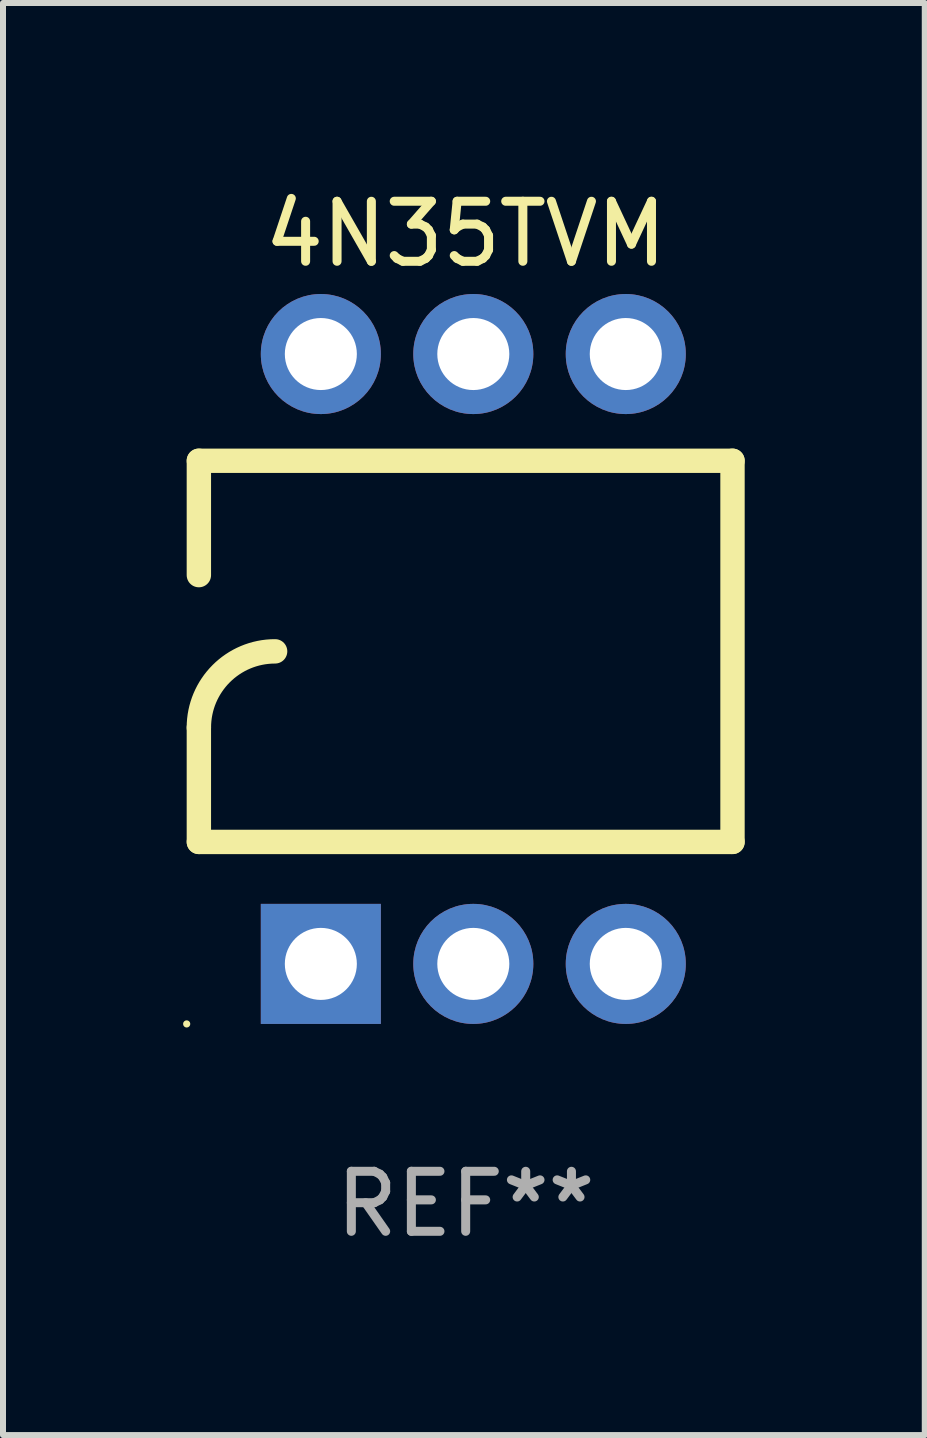
<source format=kicad_pcb>
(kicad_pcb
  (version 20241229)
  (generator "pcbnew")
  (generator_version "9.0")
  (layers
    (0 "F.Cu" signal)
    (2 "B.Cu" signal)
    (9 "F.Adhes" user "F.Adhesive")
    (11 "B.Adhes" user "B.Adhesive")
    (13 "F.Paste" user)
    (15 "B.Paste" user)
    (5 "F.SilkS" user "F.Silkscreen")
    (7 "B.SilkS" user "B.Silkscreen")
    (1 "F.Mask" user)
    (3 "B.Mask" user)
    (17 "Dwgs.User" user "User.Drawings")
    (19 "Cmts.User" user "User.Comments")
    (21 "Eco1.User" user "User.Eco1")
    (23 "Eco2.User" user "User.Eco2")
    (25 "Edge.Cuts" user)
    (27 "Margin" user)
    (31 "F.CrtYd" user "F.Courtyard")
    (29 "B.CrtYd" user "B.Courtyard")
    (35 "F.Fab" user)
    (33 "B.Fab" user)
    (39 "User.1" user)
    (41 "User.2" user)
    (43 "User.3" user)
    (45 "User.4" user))
  (footprint "4N35TVM"
    (layer "F.Cu")
    (at 4.708 7.928)
    (property "Reference" "4N35TVM" (at 0 -7.08 0) (layer "F.SilkS") (effects (font (size 1 1) (thickness 0.15))))
    (attr through_hole)
    (fp_line (start -4.445 -3.302) (end 4.445 -3.302) (stroke (width 0.406) (type solid)) (layer "F.SilkS"))
    (fp_line (start -4.445 -1.397) (end -4.445 -3.302) (stroke (width 0.406) (type solid)) (layer "F.SilkS"))
    (fp_line (start -4.445 3.048) (end -4.445 1.143) (stroke (width 0.406) (type solid)) (layer "F.SilkS"))
    (fp_line (start -4.445 3.048) (end 4.445 3.048) (stroke (width 0.406) (type solid)) (layer "F.SilkS"))
    (fp_line (start 4.445 -3.302) (end 4.445 3.048) (stroke (width 0.406) (type solid)) (layer "F.SilkS"))
    (fp_arc (start -4.444983 1.143002) (mid -4.073008 0.244974) (end -3.17498 -0.127) (stroke (width 0.4064) (type solid)) (layer "F.SilkS"))
    (fp_circle (center -4.648 6.08) (end -4.618 6.08) (stroke (width 0.06) (type solid)) (fill no) (layer "F.SilkS"))
    (fp_text user "REF**" (at 0 9.08 0) (layer "F.Fab") (effects (font (size 1 1) (thickness 0.15))))
    (pad "1" thru_hole rect (at -2.413 5.08 90) (size 2 2) (drill 1.2) (layers "*.Cu" "*.Mask"))
    (pad "2" thru_hole circle (at 0.127 5.08) (size 2 2) (drill 1.2) (layers "*.Cu" "*.Mask"))
    (pad "3" thru_hole circle (at 2.667 5.08) (size 2 2) (drill 1.2) (layers "*.Cu" "*.Mask"))
    (pad "4" thru_hole circle (at 2.667 -5.08) (size 2 2) (drill 1.2) (layers "*.Cu" "*.Mask"))
    (pad "5" thru_hole circle (at 0.127 -5.08) (size 2 2) (drill 1.2) (layers "*.Cu" "*.Mask"))
    (pad "6" thru_hole circle (at -2.413 -5.08) (size 2 2) (drill 1.2) (layers "*.Cu" "*.Mask")))
  (gr_rect
    (start -3 -3)
    (end 12.356 20.857)
    (stroke (width 0.1) (type default))
    (fill no)
    (layer "Edge.Cuts")))
</source>
